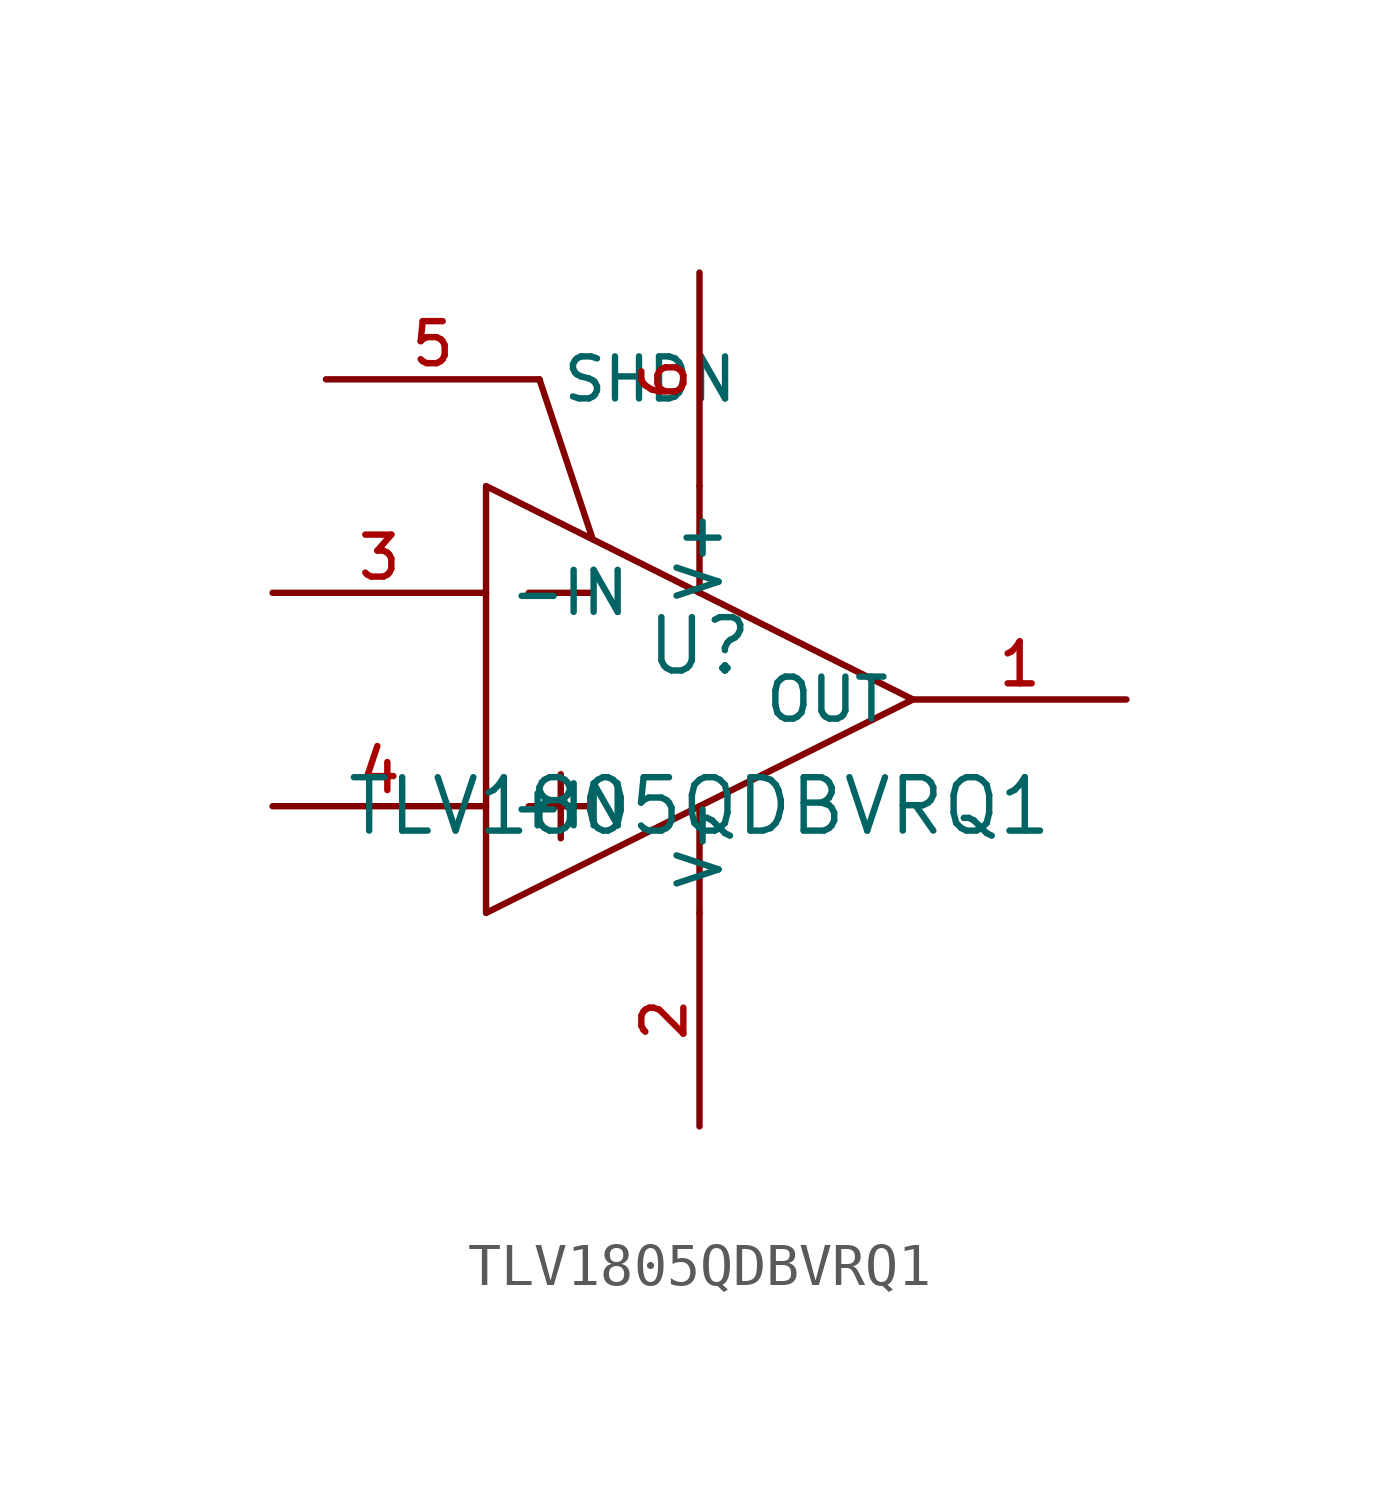
<source format=kicad_sym>
(kicad_symbol_lib
  (version 20210201)
  (generator TousstNicolas/JLC2KiCad_lib)
  (symbol "TLV1805QDBVRQ1"
    (property "Reference" "U"
      (at 0 1.27 0)
      (effects (font (size 1.27 1.27))))
    (property "Value" "TLV1805QDBVRQ1"
      (at 0 -2.54 0)
      (effects (font (size 1.27 1.27))))
    (symbol "TLV1805QDBVRQ1_0_1"
      (polyline (pts (xy -2.54 3.81) (xy -3.81 7.62)) (stroke (width 0) (type default) (color 0 0 0 0)) (fill (type none)))
      (pin unspecified line (at -8.89 7.62 0) (length 5.08) (name "SHDN" (effects (font (size 1 1)))) (number "5" (effects (font (size 1 1)))))
      (pin power_in line (at 0.0 10.16 270) (length 5.08) (name "V+" (effects (font (size 1 1)))) (number "6" (effects (font (size 1 1)))))
      (pin output line (at 10.16 -0.0 180) (length 5.08) (name "OUT" (effects (font (size 1 1)))) (number "1" (effects (font (size 1 1)))))
      (pin power_in line (at 0.0 -10.16 90) (length 5.08) (name "V-" (effects (font (size 1 1)))) (number "2" (effects (font (size 1 1)))))
      (pin unspecified line (at -10.16 -2.54 0) (length 5.08) (name "+IN" (effects (font (size 1 1)))) (number "4" (effects (font (size 1 1)))))
      (pin unspecified line (at -10.16 2.54 0) (length 5.08) (name "-IN" (effects (font (size 1 1)))) (number "3" (effects (font (size 1 1)))))
      (polyline (pts (xy 0.0 -2.54) (xy 0.0 -5.08)) (stroke (width 0) (type default) (color 0 0 0 0)) (fill (type none)))
      (polyline (pts (xy 0.0 5.08) (xy 0.0 2.54)) (stroke (width 0) (type default) (color 0 0 0 0)) (fill (type none)))
      (polyline (pts (xy -3.302 -1.778) (xy -3.302 -3.302)) (stroke (width 0) (type default) (color 0 0 0 0)) (fill (type none)))
      (polyline (pts (xy -4.064 -2.54) (xy -2.54 -2.54)) (stroke (width 0) (type default) (color 0 0 0 0)) (fill (type none)))
      (polyline (pts (xy -4.064 2.54) (xy -2.54 2.54)) (stroke (width 0) (type default) (color 0 0 0 0)) (fill (type none)))
      (polyline (pts (xy -5.08 -5.08) (xy 5.08 -0.0) (xy -5.08 5.08) (xy -5.08 -5.08)) (stroke (width 0) (type default) (color 0 0 0 0)) (fill (type none))))))
</source>
